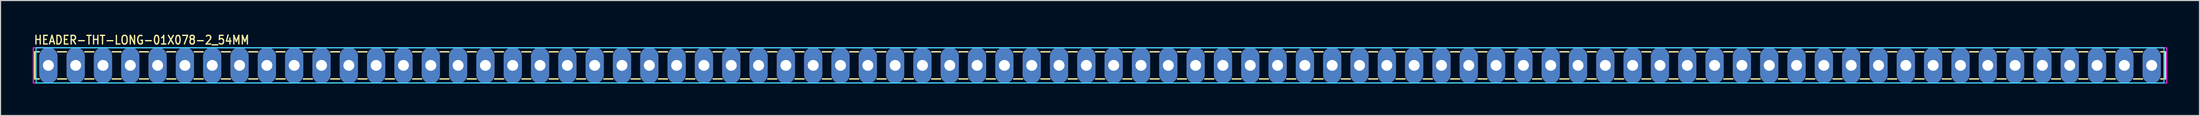
<source format=kicad_pcb>
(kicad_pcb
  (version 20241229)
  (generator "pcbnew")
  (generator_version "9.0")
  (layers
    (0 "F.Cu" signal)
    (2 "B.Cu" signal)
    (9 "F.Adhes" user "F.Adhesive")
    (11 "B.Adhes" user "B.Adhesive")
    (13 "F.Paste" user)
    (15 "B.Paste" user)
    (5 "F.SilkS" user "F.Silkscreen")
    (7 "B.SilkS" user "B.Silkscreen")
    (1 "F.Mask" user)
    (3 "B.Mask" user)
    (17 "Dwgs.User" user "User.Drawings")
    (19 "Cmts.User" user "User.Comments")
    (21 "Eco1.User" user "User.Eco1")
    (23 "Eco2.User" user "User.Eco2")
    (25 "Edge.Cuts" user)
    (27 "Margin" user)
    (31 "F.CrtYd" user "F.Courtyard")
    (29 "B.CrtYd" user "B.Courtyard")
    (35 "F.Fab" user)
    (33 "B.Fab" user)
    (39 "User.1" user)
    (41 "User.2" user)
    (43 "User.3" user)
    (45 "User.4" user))
  (footprint "HEADER-THT-LONG-01X078-2_54MM"
    (layer "F.Cu")
    (at 1.447 3.079)
    (property "Reference" "HEADER-THT-LONG-01X078-2_54MM" (at -1.4 -1.9 0) (unlocked yes) (layer "F.SilkS") (effects (font (size 0.813 0.695) (thickness 0.122)) (justify left bottom)))
    (fp_line (start -1.27 -1.27) (end -1.27 1.27) (stroke (width 0.127) (type solid)) (layer "F.SilkS"))
    (fp_line (start -1.27 1.27) (end -0.85 1.27) (stroke (width 0.127) (type solid)) (layer "F.SilkS"))
    (fp_line (start -0.85 -1.27) (end -1.27 -1.27) (stroke (width 0.127) (type solid)) (layer "F.SilkS"))
    (fp_line (start 0.85 -1.27) (end 1.69 -1.27) (stroke (width 0.127) (type solid)) (layer "F.SilkS"))
    (fp_line (start 0.85 1.27) (end 1.69 1.27) (stroke (width 0.127) (type solid)) (layer "F.SilkS"))
    (fp_line (start 3.39 -1.27) (end 4.23 -1.27) (stroke (width 0.127) (type solid)) (layer "F.SilkS"))
    (fp_line (start 3.39 1.27) (end 4.23 1.27) (stroke (width 0.127) (type solid)) (layer "F.SilkS"))
    (fp_line (start 5.93 -1.27) (end 6.77 -1.27) (stroke (width 0.127) (type solid)) (layer "F.SilkS"))
    (fp_line (start 5.93 1.27) (end 6.77 1.27) (stroke (width 0.127) (type solid)) (layer "F.SilkS"))
    (fp_line (start 8.47 -1.27) (end 9.31 -1.27) (stroke (width 0.127) (type solid)) (layer "F.SilkS"))
    (fp_line (start 8.47 1.27) (end 9.31 1.27) (stroke (width 0.127) (type solid)) (layer "F.SilkS"))
    (fp_line (start 11.01 -1.27) (end 11.85 -1.27) (stroke (width 0.127) (type solid)) (layer "F.SilkS"))
    (fp_line (start 11.01 1.27) (end 11.85 1.27) (stroke (width 0.127) (type solid)) (layer "F.SilkS"))
    (fp_line (start 13.55 -1.27) (end 14.39 -1.27) (stroke (width 0.127) (type solid)) (layer "F.SilkS"))
    (fp_line (start 13.55 1.27) (end 14.39 1.27) (stroke (width 0.127) (type solid)) (layer "F.SilkS"))
    (fp_line (start 16.09 -1.27) (end 16.93 -1.27) (stroke (width 0.127) (type solid)) (layer "F.SilkS"))
    (fp_line (start 16.09 1.27) (end 16.93 1.27) (stroke (width 0.127) (type solid)) (layer "F.SilkS"))
    (fp_line (start 18.63 -1.27) (end 19.47 -1.27) (stroke (width 0.127) (type solid)) (layer "F.SilkS"))
    (fp_line (start 18.63 1.27) (end 19.47 1.27) (stroke (width 0.127) (type solid)) (layer "F.SilkS"))
    (fp_line (start 21.17 -1.27) (end 22.01 -1.27) (stroke (width 0.127) (type solid)) (layer "F.SilkS"))
    (fp_line (start 21.17 1.27) (end 22.01 1.27) (stroke (width 0.127) (type solid)) (layer "F.SilkS"))
    (fp_line (start 23.71 -1.27) (end 24.55 -1.27) (stroke (width 0.127) (type solid)) (layer "F.SilkS"))
    (fp_line (start 23.71 1.27) (end 24.55 1.27) (stroke (width 0.127) (type solid)) (layer "F.SilkS"))
    (fp_line (start 26.25 -1.27) (end 27.09 -1.27) (stroke (width 0.127) (type solid)) (layer "F.SilkS"))
    (fp_line (start 26.25 1.27) (end 27.09 1.27) (stroke (width 0.127) (type solid)) (layer "F.SilkS"))
    (fp_line (start 28.79 -1.27) (end 29.63 -1.27) (stroke (width 0.127) (type solid)) (layer "F.SilkS"))
    (fp_line (start 28.79 1.27) (end 29.63 1.27) (stroke (width 0.127) (type solid)) (layer "F.SilkS"))
    (fp_line (start 31.33 -1.27) (end 32.17 -1.27) (stroke (width 0.127) (type solid)) (layer "F.SilkS"))
    (fp_line (start 31.33 1.27) (end 32.17 1.27) (stroke (width 0.127) (type solid)) (layer "F.SilkS"))
    (fp_line (start 33.87 -1.27) (end 34.71 -1.27) (stroke (width 0.127) (type solid)) (layer "F.SilkS"))
    (fp_line (start 33.87 1.27) (end 34.71 1.27) (stroke (width 0.127) (type solid)) (layer "F.SilkS"))
    (fp_line (start 36.41 -1.27) (end 37.25 -1.27) (stroke (width 0.127) (type solid)) (layer "F.SilkS"))
    (fp_line (start 36.41 1.27) (end 37.25 1.27) (stroke (width 0.127) (type solid)) (layer "F.SilkS"))
    (fp_line (start 38.95 -1.27) (end 39.79 -1.27) (stroke (width 0.127) (type solid)) (layer "F.SilkS"))
    (fp_line (start 38.95 1.27) (end 39.79 1.27) (stroke (width 0.127) (type solid)) (layer "F.SilkS"))
    (fp_line (start 41.49 -1.27) (end 42.33 -1.27) (stroke (width 0.127) (type solid)) (layer "F.SilkS"))
    (fp_line (start 41.49 1.27) (end 42.33 1.27) (stroke (width 0.127) (type solid)) (layer "F.SilkS"))
    (fp_line (start 44.03 -1.27) (end 44.87 -1.27) (stroke (width 0.127) (type solid)) (layer "F.SilkS"))
    (fp_line (start 44.03 1.27) (end 44.87 1.27) (stroke (width 0.127) (type solid)) (layer "F.SilkS"))
    (fp_line (start 46.57 -1.27) (end 47.41 -1.27) (stroke (width 0.127) (type solid)) (layer "F.SilkS"))
    (fp_line (start 46.57 1.27) (end 47.41 1.27) (stroke (width 0.127) (type solid)) (layer "F.SilkS"))
    (fp_line (start 49.11 -1.27) (end 49.95 -1.27) (stroke (width 0.127) (type solid)) (layer "F.SilkS"))
    (fp_line (start 49.11 1.27) (end 49.95 1.27) (stroke (width 0.127) (type solid)) (layer "F.SilkS"))
    (fp_line (start 51.65 -1.27) (end 52.49 -1.27) (stroke (width 0.127) (type solid)) (layer "F.SilkS"))
    (fp_line (start 51.65 1.27) (end 52.49 1.27) (stroke (width 0.127) (type solid)) (layer "F.SilkS"))
    (fp_line (start 54.19 -1.27) (end 55.03 -1.27) (stroke (width 0.127) (type solid)) (layer "F.SilkS"))
    (fp_line (start 54.19 1.27) (end 55.03 1.27) (stroke (width 0.127) (type solid)) (layer "F.SilkS"))
    (fp_line (start 56.73 -1.27) (end 57.57 -1.27) (stroke (width 0.127) (type solid)) (layer "F.SilkS"))
    (fp_line (start 56.73 1.27) (end 57.57 1.27) (stroke (width 0.127) (type solid)) (layer "F.SilkS"))
    (fp_line (start 59.27 -1.27) (end 60.11 -1.27) (stroke (width 0.127) (type solid)) (layer "F.SilkS"))
    (fp_line (start 59.27 1.27) (end 60.11 1.27) (stroke (width 0.127) (type solid)) (layer "F.SilkS"))
    (fp_line (start 61.81 -1.27) (end 62.65 -1.27) (stroke (width 0.127) (type solid)) (layer "F.SilkS"))
    (fp_line (start 61.81 1.27) (end 62.65 1.27) (stroke (width 0.127) (type solid)) (layer "F.SilkS"))
    (fp_line (start 64.35 -1.27) (end 65.19 -1.27) (stroke (width 0.127) (type solid)) (layer "F.SilkS"))
    (fp_line (start 64.35 1.27) (end 65.19 1.27) (stroke (width 0.127) (type solid)) (layer "F.SilkS"))
    (fp_line (start 66.89 -1.27) (end 67.73 -1.27) (stroke (width 0.127) (type solid)) (layer "F.SilkS"))
    (fp_line (start 66.89 1.27) (end 67.73 1.27) (stroke (width 0.127) (type solid)) (layer "F.SilkS"))
    (fp_line (start 69.43 -1.27) (end 70.27 -1.27) (stroke (width 0.127) (type solid)) (layer "F.SilkS"))
    (fp_line (start 69.43 1.27) (end 70.27 1.27) (stroke (width 0.127) (type solid)) (layer "F.SilkS"))
    (fp_line (start 71.97 -1.27) (end 72.81 -1.27) (stroke (width 0.127) (type solid)) (layer "F.SilkS"))
    (fp_line (start 71.97 1.27) (end 72.81 1.27) (stroke (width 0.127) (type solid)) (layer "F.SilkS"))
    (fp_line (start 74.51 -1.27) (end 75.35 -1.27) (stroke (width 0.127) (type solid)) (layer "F.SilkS"))
    (fp_line (start 74.51 1.27) (end 75.35 1.27) (stroke (width 0.127) (type solid)) (layer "F.SilkS"))
    (fp_line (start 77.05 -1.27) (end 77.89 -1.27) (stroke (width 0.127) (type solid)) (layer "F.SilkS"))
    (fp_line (start 77.05 1.27) (end 77.89 1.27) (stroke (width 0.127) (type solid)) (layer "F.SilkS"))
    (fp_line (start 79.59 -1.27) (end 80.43 -1.27) (stroke (width 0.127) (type solid)) (layer "F.SilkS"))
    (fp_line (start 79.59 1.27) (end 80.43 1.27) (stroke (width 0.127) (type solid)) (layer "F.SilkS"))
    (fp_line (start 82.13 -1.27) (end 82.97 -1.27) (stroke (width 0.127) (type solid)) (layer "F.SilkS"))
    (fp_line (start 82.13 1.27) (end 82.97 1.27) (stroke (width 0.127) (type solid)) (layer "F.SilkS"))
    (fp_line (start 84.67 -1.27) (end 85.51 -1.27) (stroke (width 0.127) (type solid)) (layer "F.SilkS"))
    (fp_line (start 84.67 1.27) (end 85.51 1.27) (stroke (width 0.127) (type solid)) (layer "F.SilkS"))
    (fp_line (start 87.21 -1.27) (end 88.05 -1.27) (stroke (width 0.127) (type solid)) (layer "F.SilkS"))
    (fp_line (start 87.21 1.27) (end 88.05 1.27) (stroke (width 0.127) (type solid)) (layer "F.SilkS"))
    (fp_line (start 89.75 -1.27) (end 90.59 -1.27) (stroke (width 0.127) (type solid)) (layer "F.SilkS"))
    (fp_line (start 89.75 1.27) (end 90.59 1.27) (stroke (width 0.127) (type solid)) (layer "F.SilkS"))
    (fp_line (start 92.29 -1.27) (end 93.13 -1.27) (stroke (width 0.127) (type solid)) (layer "F.SilkS"))
    (fp_line (start 92.29 1.27) (end 93.13 1.27) (stroke (width 0.127) (type solid)) (layer "F.SilkS"))
    (fp_line (start 94.83 -1.27) (end 95.67 -1.27) (stroke (width 0.127) (type solid)) (layer "F.SilkS"))
    (fp_line (start 94.83 1.27) (end 95.67 1.27) (stroke (width 0.127) (type solid)) (layer "F.SilkS"))
    (fp_line (start 97.37 -1.27) (end 98.21 -1.27) (stroke (width 0.127) (type solid)) (layer "F.SilkS"))
    (fp_line (start 97.37 1.27) (end 98.21 1.27) (stroke (width 0.127) (type solid)) (layer "F.SilkS"))
    (fp_line (start 99.91 -1.27) (end 100.75 -1.27) (stroke (width 0.127) (type solid)) (layer "F.SilkS"))
    (fp_line (start 99.91 1.27) (end 100.75 1.27) (stroke (width 0.127) (type solid)) (layer "F.SilkS"))
    (fp_line (start 102.45 -1.27) (end 103.29 -1.27) (stroke (width 0.127) (type solid)) (layer "F.SilkS"))
    (fp_line (start 102.45 1.27) (end 103.29 1.27) (stroke (width 0.127) (type solid)) (layer "F.SilkS"))
    (fp_line (start 104.99 -1.27) (end 105.83 -1.27) (stroke (width 0.127) (type solid)) (layer "F.SilkS"))
    (fp_line (start 104.99 1.27) (end 105.83 1.27) (stroke (width 0.127) (type solid)) (layer "F.SilkS"))
    (fp_line (start 107.53 -1.27) (end 108.37 -1.27) (stroke (width 0.127) (type solid)) (layer "F.SilkS"))
    (fp_line (start 107.53 1.27) (end 108.37 1.27) (stroke (width 0.127) (type solid)) (layer "F.SilkS"))
    (fp_line (start 110.07 -1.27) (end 110.91 -1.27) (stroke (width 0.127) (type solid)) (layer "F.SilkS"))
    (fp_line (start 110.07 1.27) (end 110.91 1.27) (stroke (width 0.127) (type solid)) (layer "F.SilkS"))
    (fp_line (start 112.61 -1.27) (end 113.45 -1.27) (stroke (width 0.127) (type solid)) (layer "F.SilkS"))
    (fp_line (start 112.61 1.27) (end 113.45 1.27) (stroke (width 0.127) (type solid)) (layer "F.SilkS"))
    (fp_line (start 115.15 -1.27) (end 115.99 -1.27) (stroke (width 0.127) (type solid)) (layer "F.SilkS"))
    (fp_line (start 115.15 1.27) (end 115.99 1.27) (stroke (width 0.127) (type solid)) (layer "F.SilkS"))
    (fp_line (start 117.69 -1.27) (end 118.53 -1.27) (stroke (width 0.127) (type solid)) (layer "F.SilkS"))
    (fp_line (start 117.69 1.27) (end 118.53 1.27) (stroke (width 0.127) (type solid)) (layer "F.SilkS"))
    (fp_line (start 120.23 -1.27) (end 121.07 -1.27) (stroke (width 0.127) (type solid)) (layer "F.SilkS"))
    (fp_line (start 120.23 1.27) (end 121.07 1.27) (stroke (width 0.127) (type solid)) (layer "F.SilkS"))
    (fp_line (start 122.77 -1.27) (end 123.61 -1.27) (stroke (width 0.127) (type solid)) (layer "F.SilkS"))
    (fp_line (start 122.77 1.27) (end 123.61 1.27) (stroke (width 0.127) (type solid)) (layer "F.SilkS"))
    (fp_line (start 125.31 -1.27) (end 126.15 -1.27) (stroke (width 0.127) (type solid)) (layer "F.SilkS"))
    (fp_line (start 125.31 1.27) (end 126.15 1.27) (stroke (width 0.127) (type solid)) (layer "F.SilkS"))
    (fp_line (start 127.85 -1.27) (end 128.69 -1.27) (stroke (width 0.127) (type solid)) (layer "F.SilkS"))
    (fp_line (start 127.85 1.27) (end 128.69 1.27) (stroke (width 0.127) (type solid)) (layer "F.SilkS"))
    (fp_line (start 130.39 -1.27) (end 131.23 -1.27) (stroke (width 0.127) (type solid)) (layer "F.SilkS"))
    (fp_line (start 130.39 1.27) (end 131.23 1.27) (stroke (width 0.127) (type solid)) (layer "F.SilkS"))
    (fp_line (start 132.93 -1.27) (end 133.77 -1.27) (stroke (width 0.127) (type solid)) (layer "F.SilkS"))
    (fp_line (start 132.93 1.27) (end 133.77 1.27) (stroke (width 0.127) (type solid)) (layer "F.SilkS"))
    (fp_line (start 135.47 -1.27) (end 136.31 -1.27) (stroke (width 0.127) (type solid)) (layer "F.SilkS"))
    (fp_line (start 135.47 1.27) (end 136.31 1.27) (stroke (width 0.127) (type solid)) (layer "F.SilkS"))
    (fp_line (start 138.01 -1.27) (end 138.85 -1.27) (stroke (width 0.127) (type solid)) (layer "F.SilkS"))
    (fp_line (start 138.01 1.27) (end 138.85 1.27) (stroke (width 0.127) (type solid)) (layer "F.SilkS"))
    (fp_line (start 140.55 -1.27) (end 141.39 -1.27) (stroke (width 0.127) (type solid)) (layer "F.SilkS"))
    (fp_line (start 140.55 1.27) (end 141.39 1.27) (stroke (width 0.127) (type solid)) (layer "F.SilkS"))
    (fp_line (start 143.09 -1.27) (end 143.93 -1.27) (stroke (width 0.127) (type solid)) (layer "F.SilkS"))
    (fp_line (start 143.09 1.27) (end 143.93 1.27) (stroke (width 0.127) (type solid)) (layer "F.SilkS"))
    (fp_line (start 145.63 -1.27) (end 146.47 -1.27) (stroke (width 0.127) (type solid)) (layer "F.SilkS"))
    (fp_line (start 145.63 1.27) (end 146.47 1.27) (stroke (width 0.127) (type solid)) (layer "F.SilkS"))
    (fp_line (start 148.17 -1.27) (end 149.01 -1.27) (stroke (width 0.127) (type solid)) (layer "F.SilkS"))
    (fp_line (start 148.17 1.27) (end 149.01 1.27) (stroke (width 0.127) (type solid)) (layer "F.SilkS"))
    (fp_line (start 150.71 -1.27) (end 151.55 -1.27) (stroke (width 0.127) (type solid)) (layer "F.SilkS"))
    (fp_line (start 150.71 1.27) (end 151.55 1.27) (stroke (width 0.127) (type solid)) (layer "F.SilkS"))
    (fp_line (start 153.25 -1.27) (end 154.09 -1.27) (stroke (width 0.127) (type solid)) (layer "F.SilkS"))
    (fp_line (start 153.25 1.27) (end 154.09 1.27) (stroke (width 0.127) (type solid)) (layer "F.SilkS"))
    (fp_line (start 155.79 -1.27) (end 156.63 -1.27) (stroke (width 0.127) (type solid)) (layer "F.SilkS"))
    (fp_line (start 155.79 1.27) (end 156.63 1.27) (stroke (width 0.127) (type solid)) (layer "F.SilkS"))
    (fp_line (start 158.33 -1.27) (end 159.17 -1.27) (stroke (width 0.127) (type solid)) (layer "F.SilkS"))
    (fp_line (start 158.33 1.27) (end 159.17 1.27) (stroke (width 0.127) (type solid)) (layer "F.SilkS"))
    (fp_line (start 160.87 -1.27) (end 161.71 -1.27) (stroke (width 0.127) (type solid)) (layer "F.SilkS"))
    (fp_line (start 160.87 1.27) (end 161.71 1.27) (stroke (width 0.127) (type solid)) (layer "F.SilkS"))
    (fp_line (start 163.41 -1.27) (end 164.25 -1.27) (stroke (width 0.127) (type solid)) (layer "F.SilkS"))
    (fp_line (start 163.41 1.27) (end 164.25 1.27) (stroke (width 0.127) (type solid)) (layer "F.SilkS"))
    (fp_line (start 165.95 -1.27) (end 166.79 -1.27) (stroke (width 0.127) (type solid)) (layer "F.SilkS"))
    (fp_line (start 165.95 1.27) (end 166.79 1.27) (stroke (width 0.127) (type solid)) (layer "F.SilkS"))
    (fp_line (start 168.49 -1.27) (end 169.33 -1.27) (stroke (width 0.127) (type solid)) (layer "F.SilkS"))
    (fp_line (start 168.49 1.27) (end 169.33 1.27) (stroke (width 0.127) (type solid)) (layer "F.SilkS"))
    (fp_line (start 171.03 -1.27) (end 171.87 -1.27) (stroke (width 0.127) (type solid)) (layer "F.SilkS"))
    (fp_line (start 171.03 1.27) (end 171.87 1.27) (stroke (width 0.127) (type solid)) (layer "F.SilkS"))
    (fp_line (start 173.57 -1.27) (end 174.41 -1.27) (stroke (width 0.127) (type solid)) (layer "F.SilkS"))
    (fp_line (start 173.57 1.27) (end 174.41 1.27) (stroke (width 0.127) (type solid)) (layer "F.SilkS"))
    (fp_line (start 176.11 -1.27) (end 176.95 -1.27) (stroke (width 0.127) (type solid)) (layer "F.SilkS"))
    (fp_line (start 176.11 1.27) (end 176.95 1.27) (stroke (width 0.127) (type solid)) (layer "F.SilkS"))
    (fp_line (start 178.65 -1.27) (end 179.49 -1.27) (stroke (width 0.127) (type solid)) (layer "F.SilkS"))
    (fp_line (start 178.65 1.27) (end 179.49 1.27) (stroke (width 0.127) (type solid)) (layer "F.SilkS"))
    (fp_line (start 181.19 -1.27) (end 182.03 -1.27) (stroke (width 0.127) (type solid)) (layer "F.SilkS"))
    (fp_line (start 181.19 1.27) (end 182.03 1.27) (stroke (width 0.127) (type solid)) (layer "F.SilkS"))
    (fp_line (start 183.73 -1.27) (end 184.57 -1.27) (stroke (width 0.127) (type solid)) (layer "F.SilkS"))
    (fp_line (start 183.73 1.27) (end 184.57 1.27) (stroke (width 0.127) (type solid)) (layer "F.SilkS"))
    (fp_line (start 186.27 -1.27) (end 187.11 -1.27) (stroke (width 0.127) (type solid)) (layer "F.SilkS"))
    (fp_line (start 186.27 1.27) (end 187.11 1.27) (stroke (width 0.127) (type solid)) (layer "F.SilkS"))
    (fp_line (start 188.81 -1.27) (end 189.65 -1.27) (stroke (width 0.127) (type solid)) (layer "F.SilkS"))
    (fp_line (start 188.81 1.27) (end 189.65 1.27) (stroke (width 0.127) (type solid)) (layer "F.SilkS"))
    (fp_line (start 191.35 -1.27) (end 192.19 -1.27) (stroke (width 0.127) (type solid)) (layer "F.SilkS"))
    (fp_line (start 191.35 1.27) (end 192.19 1.27) (stroke (width 0.127) (type solid)) (layer "F.SilkS"))
    (fp_line (start 193.89 -1.27) (end 194.73 -1.27) (stroke (width 0.127) (type solid)) (layer "F.SilkS"))
    (fp_line (start 193.89 1.27) (end 194.73 1.27) (stroke (width 0.127) (type solid)) (layer "F.SilkS"))
    (fp_line (start 196.43 -1.27) (end 196.85 -1.27) (stroke (width 0.127) (type solid)) (layer "F.SilkS"))
    (fp_line (start 196.85 -1.27) (end 196.85 1.27) (stroke (width 0.127) (type solid)) (layer "F.SilkS"))
    (fp_line (start 196.85 1.27) (end 196.43 1.27) (stroke (width 0.127) (type solid)) (layer "F.SilkS"))
    (fp_poly (pts (xy -1.143 -1.651) (xy 196.723 -1.651) (xy 196.723 1.651) (xy -1.143 1.651)) (stroke (width 0.1) (type solid)) (fill no) (layer "B.CrtYd"))
    (fp_poly (pts (xy -1.397 -1.651) (xy 196.977 -1.651) (xy 196.977 1.651) (xy -1.397 1.651)) (stroke (width 0.1) (type solid)) (fill no) (layer "F.CrtYd"))
    (pad "P$1" thru_hole oval (at 0 0 90) (size 3.387 1.693) (drill 1.016) (layers "*.Cu" "*.Mask"))
    (pad "P$2" thru_hole oval (at 2.54 0 90) (size 3.387 1.693) (drill 1.016) (layers "*.Cu" "*.Mask"))
    (pad "P$3" thru_hole oval (at 5.08 0 90) (size 3.387 1.693) (drill 1.016) (layers "*.Cu" "*.Mask"))
    (pad "P$4" thru_hole oval (at 7.62 0 90) (size 3.387 1.693) (drill 1.016) (layers "*.Cu" "*.Mask"))
    (pad "P$5" thru_hole oval (at 10.16 0 90) (size 3.387 1.693) (drill 1.016) (layers "*.Cu" "*.Mask"))
    (pad "P$6" thru_hole oval (at 12.7 0 90) (size 3.387 1.693) (drill 1.016) (layers "*.Cu" "*.Mask"))
    (pad "P$7" thru_hole oval (at 15.24 0 90) (size 3.387 1.693) (drill 1.016) (layers "*.Cu" "*.Mask"))
    (pad "P$8" thru_hole oval (at 17.78 0 90) (size 3.387 1.693) (drill 1.016) (layers "*.Cu" "*.Mask"))
    (pad "P$9" thru_hole oval (at 20.32 0 90) (size 3.387 1.693) (drill 1.016) (layers "*.Cu" "*.Mask"))
    (pad "P$10" thru_hole oval (at 22.86 0 90) (size 3.387 1.693) (drill 1.016) (layers "*.Cu" "*.Mask"))
    (pad "P$11" thru_hole oval (at 25.4 0 90) (size 3.387 1.693) (drill 1.016) (layers "*.Cu" "*.Mask"))
    (pad "P$12" thru_hole oval (at 27.94 0 90) (size 3.387 1.693) (drill 1.016) (layers "*.Cu" "*.Mask"))
    (pad "P$13" thru_hole oval (at 30.48 0 90) (size 3.387 1.693) (drill 1.016) (layers "*.Cu" "*.Mask"))
    (pad "P$14" thru_hole oval (at 33.02 0 90) (size 3.387 1.693) (drill 1.016) (layers "*.Cu" "*.Mask"))
    (pad "P$15" thru_hole oval (at 35.56 0 90) (size 3.387 1.693) (drill 1.016) (layers "*.Cu" "*.Mask"))
    (pad "P$16" thru_hole oval (at 38.1 0 90) (size 3.387 1.693) (drill 1.016) (layers "*.Cu" "*.Mask"))
    (pad "P$17" thru_hole oval (at 40.64 0 90) (size 3.387 1.693) (drill 1.016) (layers "*.Cu" "*.Mask"))
    (pad "P$18" thru_hole oval (at 43.18 0 90) (size 3.387 1.693) (drill 1.016) (layers "*.Cu" "*.Mask"))
    (pad "P$19" thru_hole oval (at 45.72 0 90) (size 3.387 1.693) (drill 1.016) (layers "*.Cu" "*.Mask"))
    (pad "P$20" thru_hole oval (at 48.26 0 90) (size 3.387 1.693) (drill 1.016) (layers "*.Cu" "*.Mask"))
    (pad "P$21" thru_hole oval (at 50.8 0 90) (size 3.387 1.693) (drill 1.016) (layers "*.Cu" "*.Mask"))
    (pad "P$22" thru_hole oval (at 53.34 0 90) (size 3.387 1.693) (drill 1.016) (layers "*.Cu" "*.Mask"))
    (pad "P$23" thru_hole oval (at 55.88 0 90) (size 3.387 1.693) (drill 1.016) (layers "*.Cu" "*.Mask"))
    (pad "P$24" thru_hole oval (at 58.42 0 90) (size 3.387 1.693) (drill 1.016) (layers "*.Cu" "*.Mask"))
    (pad "P$25" thru_hole oval (at 60.96 0 90) (size 3.387 1.693) (drill 1.016) (layers "*.Cu" "*.Mask"))
    (pad "P$26" thru_hole oval (at 63.5 0 90) (size 3.387 1.693) (drill 1.016) (layers "*.Cu" "*.Mask"))
    (pad "P$27" thru_hole oval (at 66.04 0 90) (size 3.387 1.693) (drill 1.016) (layers "*.Cu" "*.Mask"))
    (pad "P$28" thru_hole oval (at 68.58 0 90) (size 3.387 1.693) (drill 1.016) (layers "*.Cu" "*.Mask"))
    (pad "P$29" thru_hole oval (at 71.12 0 90) (size 3.387 1.693) (drill 1.016) (layers "*.Cu" "*.Mask"))
    (pad "P$30" thru_hole oval (at 73.66 0 90) (size 3.387 1.693) (drill 1.016) (layers "*.Cu" "*.Mask"))
    (pad "P$31" thru_hole oval (at 76.2 0 90) (size 3.387 1.693) (drill 1.016) (layers "*.Cu" "*.Mask"))
    (pad "P$32" thru_hole oval (at 78.74 0 90) (size 3.387 1.693) (drill 1.016) (layers "*.Cu" "*.Mask"))
    (pad "P$33" thru_hole oval (at 81.28 0 90) (size 3.387 1.693) (drill 1.016) (layers "*.Cu" "*.Mask"))
    (pad "P$34" thru_hole oval (at 83.82 0 90) (size 3.387 1.693) (drill 1.016) (layers "*.Cu" "*.Mask"))
    (pad "P$35" thru_hole oval (at 86.36 0 90) (size 3.387 1.693) (drill 1.016) (layers "*.Cu" "*.Mask"))
    (pad "P$36" thru_hole oval (at 88.9 0 90) (size 3.387 1.693) (drill 1.016) (layers "*.Cu" "*.Mask"))
    (pad "P$37" thru_hole oval (at 91.44 0 90) (size 3.387 1.693) (drill 1.016) (layers "*.Cu" "*.Mask"))
    (pad "P$38" thru_hole oval (at 93.98 0 90) (size 3.387 1.693) (drill 1.016) (layers "*.Cu" "*.Mask"))
    (pad "P$39" thru_hole oval (at 96.52 0 90) (size 3.387 1.693) (drill 1.016) (layers "*.Cu" "*.Mask"))
    (pad "P$40" thru_hole oval (at 99.06 0 90) (size 3.387 1.693) (drill 1.016) (layers "*.Cu" "*.Mask"))
    (pad "P$41" thru_hole oval (at 101.6 0 90) (size 3.387 1.693) (drill 1.016) (layers "*.Cu" "*.Mask"))
    (pad "P$42" thru_hole oval (at 104.14 0 90) (size 3.387 1.693) (drill 1.016) (layers "*.Cu" "*.Mask"))
    (pad "P$43" thru_hole oval (at 106.68 0 90) (size 3.387 1.693) (drill 1.016) (layers "*.Cu" "*.Mask"))
    (pad "P$44" thru_hole oval (at 109.22 0 90) (size 3.387 1.693) (drill 1.016) (layers "*.Cu" "*.Mask"))
    (pad "P$45" thru_hole oval (at 111.76 0 90) (size 3.387 1.693) (drill 1.016) (layers "*.Cu" "*.Mask"))
    (pad "P$46" thru_hole oval (at 114.3 0 90) (size 3.387 1.693) (drill 1.016) (layers "*.Cu" "*.Mask"))
    (pad "P$47" thru_hole oval (at 116.84 0 90) (size 3.387 1.693) (drill 1.016) (layers "*.Cu" "*.Mask"))
    (pad "P$48" thru_hole oval (at 119.38 0 90) (size 3.387 1.693) (drill 1.016) (layers "*.Cu" "*.Mask"))
    (pad "P$49" thru_hole oval (at 121.92 0 90) (size 3.387 1.693) (drill 1.016) (layers "*.Cu" "*.Mask"))
    (pad "P$50" thru_hole oval (at 124.46 0 90) (size 3.387 1.693) (drill 1.016) (layers "*.Cu" "*.Mask"))
    (pad "P$51" thru_hole oval (at 127 0 90) (size 3.387 1.693) (drill 1.016) (layers "*.Cu" "*.Mask"))
    (pad "P$52" thru_hole oval (at 129.54 0 90) (size 3.387 1.693) (drill 1.016) (layers "*.Cu" "*.Mask"))
    (pad "P$53" thru_hole oval (at 132.08 0 90) (size 3.387 1.693) (drill 1.016) (layers "*.Cu" "*.Mask"))
    (pad "P$54" thru_hole oval (at 134.62 0 90) (size 3.387 1.693) (drill 1.016) (layers "*.Cu" "*.Mask"))
    (pad "P$55" thru_hole oval (at 137.16 0 90) (size 3.387 1.693) (drill 1.016) (layers "*.Cu" "*.Mask"))
    (pad "P$56" thru_hole oval (at 139.7 0 90) (size 3.387 1.693) (drill 1.016) (layers "*.Cu" "*.Mask"))
    (pad "P$57" thru_hole oval (at 142.24 0 90) (size 3.387 1.693) (drill 1.016) (layers "*.Cu" "*.Mask"))
    (pad "P$58" thru_hole oval (at 144.78 0 90) (size 3.387 1.693) (drill 1.016) (layers "*.Cu" "*.Mask"))
    (pad "P$59" thru_hole oval (at 147.32 0 90) (size 3.387 1.693) (drill 1.016) (layers "*.Cu" "*.Mask"))
    (pad "P$60" thru_hole oval (at 149.86 0 90) (size 3.387 1.693) (drill 1.016) (layers "*.Cu" "*.Mask"))
    (pad "P$61" thru_hole oval (at 152.4 0 90) (size 3.387 1.693) (drill 1.016) (layers "*.Cu" "*.Mask"))
    (pad "P$62" thru_hole oval (at 154.94 0 90) (size 3.387 1.693) (drill 1.016) (layers "*.Cu" "*.Mask"))
    (pad "P$63" thru_hole oval (at 157.48 0 90) (size 3.387 1.693) (drill 1.016) (layers "*.Cu" "*.Mask"))
    (pad "P$64" thru_hole oval (at 160.02 0 90) (size 3.387 1.693) (drill 1.016) (layers "*.Cu" "*.Mask"))
    (pad "P$65" thru_hole oval (at 162.56 0 90) (size 3.387 1.693) (drill 1.016) (layers "*.Cu" "*.Mask"))
    (pad "P$66" thru_hole oval (at 165.1 0 90) (size 3.387 1.693) (drill 1.016) (layers "*.Cu" "*.Mask"))
    (pad "P$67" thru_hole oval (at 167.64 0 90) (size 3.387 1.693) (drill 1.016) (layers "*.Cu" "*.Mask"))
    (pad "P$68" thru_hole oval (at 170.18 0 90) (size 3.387 1.693) (drill 1.016) (layers "*.Cu" "*.Mask"))
    (pad "P$69" thru_hole oval (at 172.72 0 90) (size 3.387 1.693) (drill 1.016) (layers "*.Cu" "*.Mask"))
    (pad "P$70" thru_hole oval (at 175.26 0 90) (size 3.387 1.693) (drill 1.016) (layers "*.Cu" "*.Mask"))
    (pad "P$71" thru_hole oval (at 177.8 0 90) (size 3.387 1.693) (drill 1.016) (layers "*.Cu" "*.Mask"))
    (pad "P$72" thru_hole oval (at 180.34 0 90) (size 3.387 1.693) (drill 1.016) (layers "*.Cu" "*.Mask"))
    (pad "P$73" thru_hole oval (at 182.88 0 90) (size 3.387 1.693) (drill 1.016) (layers "*.Cu" "*.Mask"))
    (pad "P$74" thru_hole oval (at 185.42 0 90) (size 3.387 1.693) (drill 1.016) (layers "*.Cu" "*.Mask"))
    (pad "P$75" thru_hole oval (at 187.96 0 90) (size 3.387 1.693) (drill 1.016) (layers "*.Cu" "*.Mask"))
    (pad "P$76" thru_hole oval (at 190.5 0 90) (size 3.387 1.693) (drill 1.016) (layers "*.Cu" "*.Mask"))
    (pad "P$77" thru_hole oval (at 193.04 0 90) (size 3.387 1.693) (drill 1.016) (layers "*.Cu" "*.Mask"))
    (pad "P$78" thru_hole oval (at 195.58 0 90) (size 3.387 1.693) (drill 1.016) (layers "*.Cu" "*.Mask")))
  (gr_rect
    (start -3 -3)
    (end 201.474 7.78)
    (stroke (width 0.1) (type default))
    (fill no)
    (layer "Edge.Cuts")))
</source>
